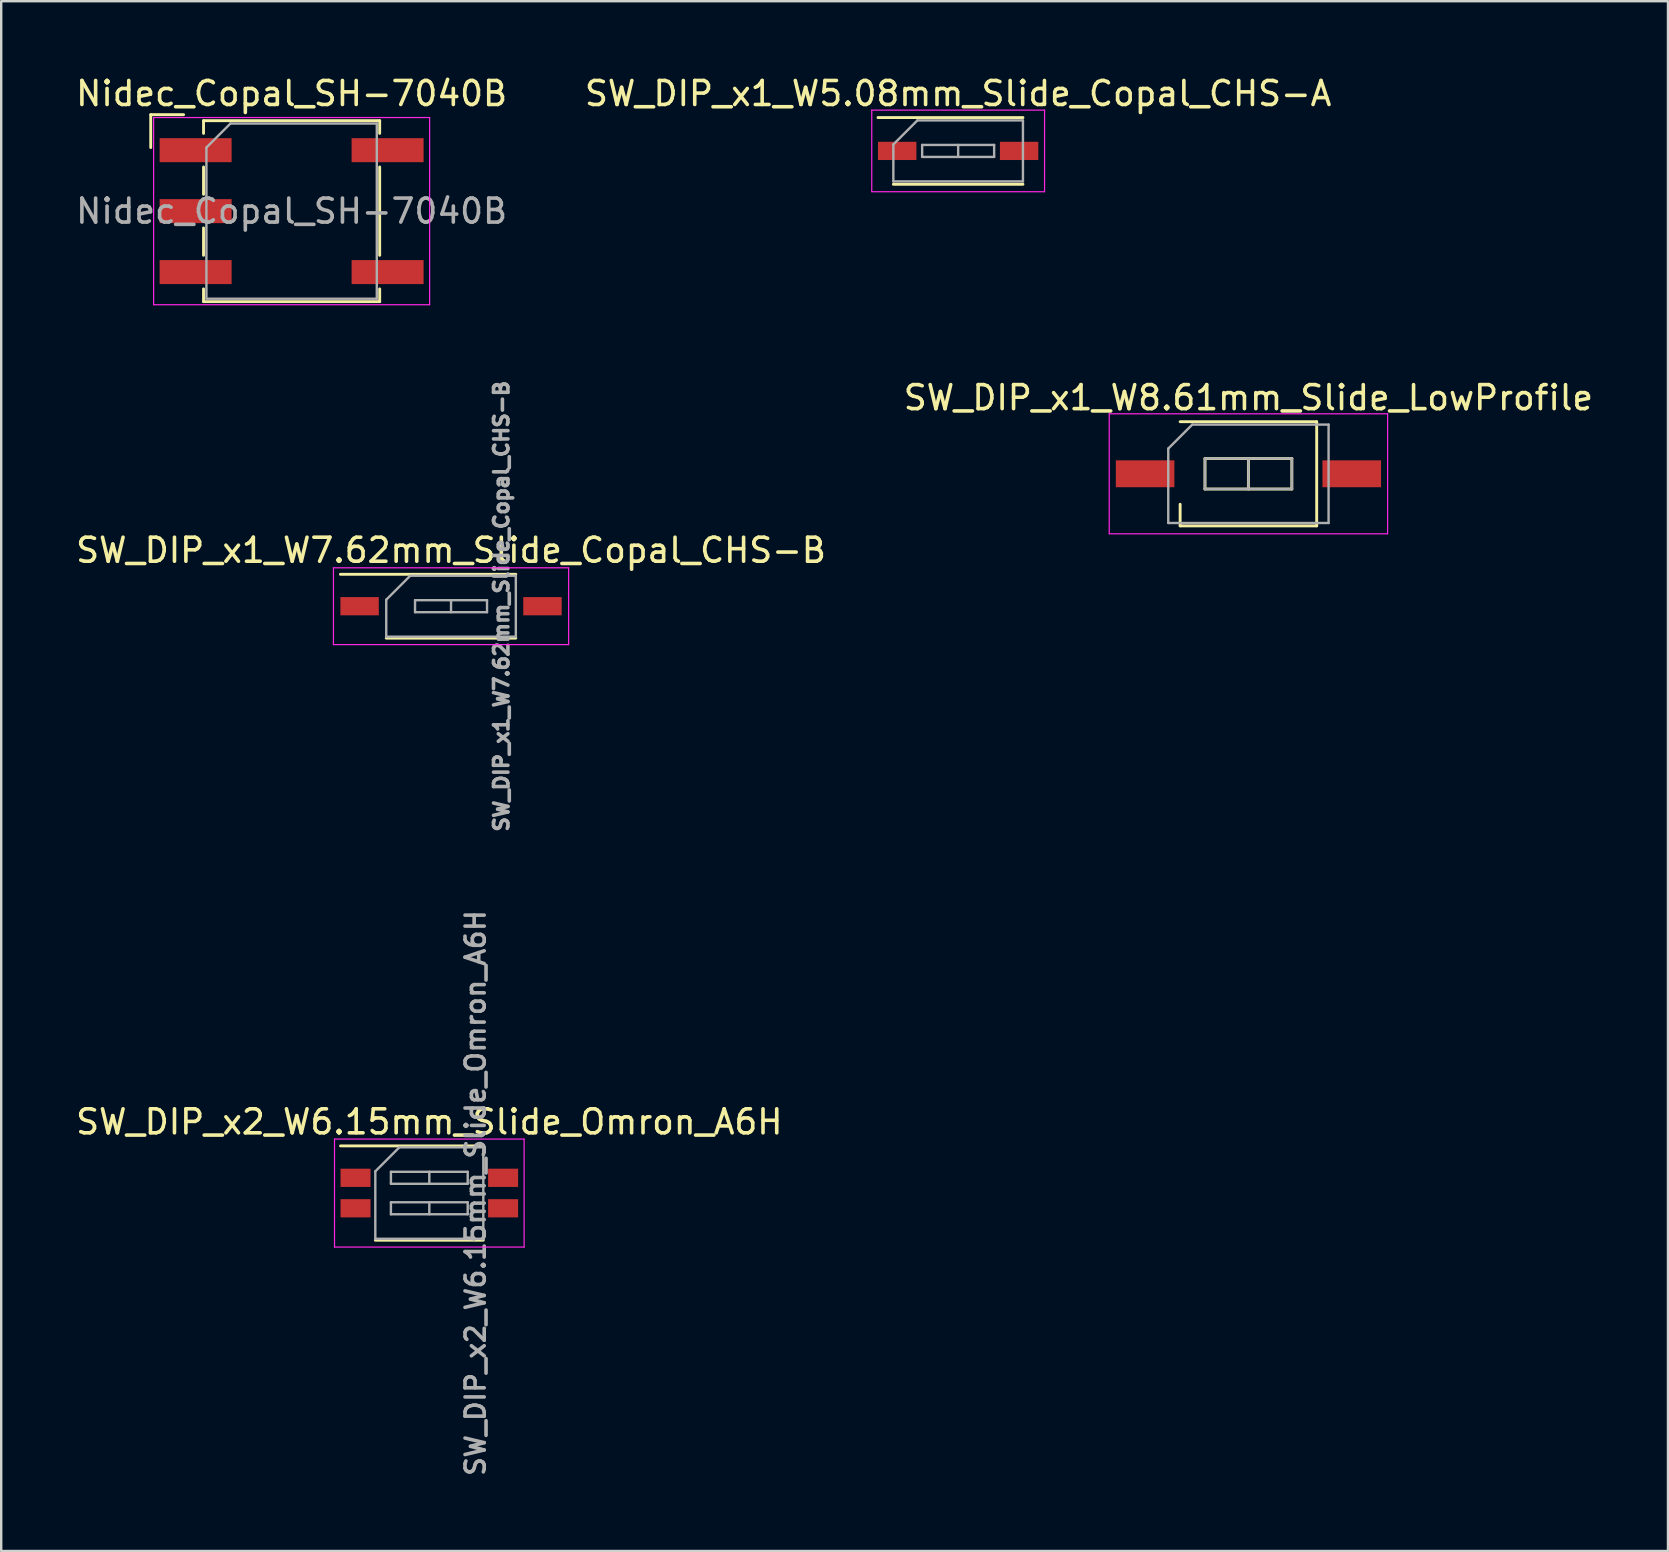
<source format=kicad_pcb>
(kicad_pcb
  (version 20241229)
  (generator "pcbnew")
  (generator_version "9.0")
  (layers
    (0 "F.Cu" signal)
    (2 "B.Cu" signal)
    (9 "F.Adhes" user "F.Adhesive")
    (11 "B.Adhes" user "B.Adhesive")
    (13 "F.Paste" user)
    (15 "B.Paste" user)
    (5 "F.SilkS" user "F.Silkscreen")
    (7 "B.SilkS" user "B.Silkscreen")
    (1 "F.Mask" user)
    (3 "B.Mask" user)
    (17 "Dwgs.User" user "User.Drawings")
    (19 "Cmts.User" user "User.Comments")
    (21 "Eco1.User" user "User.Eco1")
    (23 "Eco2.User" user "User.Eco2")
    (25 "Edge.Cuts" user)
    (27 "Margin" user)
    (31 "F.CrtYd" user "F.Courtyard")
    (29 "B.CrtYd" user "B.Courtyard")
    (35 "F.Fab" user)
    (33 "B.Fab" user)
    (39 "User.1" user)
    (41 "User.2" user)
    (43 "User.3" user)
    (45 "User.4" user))
  (footprint "SW_DIP_x1_W5.08mm_Slide_Copal_CHS-A"
    (layer "F.Cu")
    (at 36.875 3.238)
    (property "Reference" "SW_DIP_x1_W5.08mm_Slide_Copal_CHS-A" (at 0 -2.39 0) (layer "F.SilkS") (effects (font (size 1 1) (thickness 0.15))))
    (attr smd)
    (fp_line (start -3.34 -1.39) (end 2.7 -1.39) (stroke (width 0.12) (type solid)) (layer "F.SilkS"))
    (fp_line (start -2.7 1.39) (end 2.7 1.39) (stroke (width 0.12) (type solid)) (layer "F.SilkS"))
    (fp_line (start -3.6 -1.7) (end -3.6 1.7) (stroke (width 0.05) (type solid)) (layer "F.CrtYd"))
    (fp_line (start -3.6 1.7) (end 3.6 1.7) (stroke (width 0.05) (type solid)) (layer "F.CrtYd"))
    (fp_line (start 3.6 -1.7) (end -3.6 -1.7) (stroke (width 0.05) (type solid)) (layer "F.CrtYd"))
    (fp_line (start 3.6 1.7) (end 3.6 -1.7) (stroke (width 0.05) (type solid)) (layer "F.CrtYd"))
    (fp_line (start -2.7 -0.27) (end -1.7 -1.27) (stroke (width 0.1) (type solid)) (layer "F.Fab"))
    (fp_line (start -2.7 1.27) (end -2.7 -0.27) (stroke (width 0.1) (type solid)) (layer "F.Fab"))
    (fp_line (start -1.7 -1.27) (end 2.7 -1.27) (stroke (width 0.1) (type solid)) (layer "F.Fab"))
    (fp_line (start -1.5 -0.25) (end -1.5 0.25) (stroke (width 0.1) (type solid)) (layer "F.Fab"))
    (fp_line (start -1.5 0.25) (end 1.5 0.25) (stroke (width 0.1) (type solid)) (layer "F.Fab"))
    (fp_line (start 0 -0.25) (end 0 0.25) (stroke (width 0.1) (type solid)) (layer "F.Fab"))
    (fp_line (start 1.5 -0.25) (end -1.5 -0.25) (stroke (width 0.1) (type solid)) (layer "F.Fab"))
    (fp_line (start 1.5 0.25) (end 1.5 -0.25) (stroke (width 0.1) (type solid)) (layer "F.Fab"))
    (fp_line (start 2.7 -1.27) (end 2.7 1.27) (stroke (width 0.1) (type solid)) (layer "F.Fab"))
    (fp_line (start 2.7 1.27) (end -2.7 1.27) (stroke (width 0.1) (type solid)) (layer "F.Fab"))
    (pad "1" smd rect (at -2.54 0) (size 1.6 0.76) (layers "F.Cu" "F.Mask"))
    (pad "2" smd rect (at 2.54 0) (size 1.6 0.76) (layers "F.Cu" "F.Mask")))
  (footprint "SW_DIP_x1_W7.62mm_Slide_Copal_CHS-B"
    (layer "F.Cu")
    (at 15.744 22.21)
    (property "Reference" "SW_DIP_x1_W7.62mm_Slide_Copal_CHS-B" (at 0 -2.33 0) (layer "F.SilkS") (effects (font (size 1 1) (thickness 0.15))))
    (attr smd)
    (fp_line (start -4.61 -1.33) (end 2.7 -1.33) (stroke (width 0.12) (type solid)) (layer "F.SilkS"))
    (fp_line (start -2.7 1.33) (end 2.7 1.33) (stroke (width 0.12) (type solid)) (layer "F.SilkS"))
    (fp_line (start -4.9 -1.6) (end -4.9 1.6) (stroke (width 0.05) (type solid)) (layer "F.CrtYd"))
    (fp_line (start -4.9 1.6) (end 4.9 1.6) (stroke (width 0.05) (type solid)) (layer "F.CrtYd"))
    (fp_line (start 4.9 -1.6) (end -4.9 -1.6) (stroke (width 0.05) (type solid)) (layer "F.CrtYd"))
    (fp_line (start 4.9 1.6) (end 4.9 -1.6) (stroke (width 0.05) (type solid)) (layer "F.CrtYd"))
    (fp_line (start -2.7 -0.27) (end -1.7 -1.27) (stroke (width 0.1) (type solid)) (layer "F.Fab"))
    (fp_line (start -2.7 1.27) (end -2.7 -0.27) (stroke (width 0.1) (type solid)) (layer "F.Fab"))
    (fp_line (start -1.7 -1.27) (end 2.7 -1.27) (stroke (width 0.1) (type solid)) (layer "F.Fab"))
    (fp_line (start -1.5 -0.25) (end -1.5 0.25) (stroke (width 0.1) (type solid)) (layer "F.Fab"))
    (fp_line (start -1.5 0.25) (end 1.5 0.25) (stroke (width 0.1) (type solid)) (layer "F.Fab"))
    (fp_line (start 0 -0.25) (end 0 0.25) (stroke (width 0.1) (type solid)) (layer "F.Fab"))
    (fp_line (start 1.5 -0.25) (end -1.5 -0.25) (stroke (width 0.1) (type solid)) (layer "F.Fab"))
    (fp_line (start 1.5 0.25) (end 1.5 -0.25) (stroke (width 0.1) (type solid)) (layer "F.Fab"))
    (fp_line (start 2.7 -1.27) (end 2.7 1.27) (stroke (width 0.1) (type solid)) (layer "F.Fab"))
    (fp_line (start 2.7 1.27) (end -2.7 1.27) (stroke (width 0.1) (type solid)) (layer "F.Fab"))
    (fp_text user "${REFERENCE}" (at 2.1 0 90) (layer "F.Fab") (effects (font (size 0.6 0.6) (thickness 0.15))))
    (pad "1" smd rect (at -3.81 0) (size 1.6 0.76) (layers "F.Cu" "F.Mask" "F.Paste"))
    (pad "2" smd rect (at 3.81 0) (size 1.6 0.76) (layers "F.Cu" "F.Mask" "F.Paste")))
  (footprint "Nidec_Copal_SH-7040B"
    (layer "F.Cu")
    (at 9.101 5.748)
    (property "Reference" "Nidec_Copal_SH-7040B" (at 0 -4.9 0) (layer "F.SilkS") (effects (font (size 1 1) (thickness 0.15))))
    (attr smd)
    (fp_line (start -5.87 -4.02) (end -4.5 -4.02) (stroke (width 0.12) (type solid)) (layer "F.SilkS"))
    (fp_line (start -5.87 -2.65) (end -5.87 -4.02) (stroke (width 0.12) (type solid)) (layer "F.SilkS"))
    (fp_line (start -3.67 -3.77) (end 3.67 -3.77) (stroke (width 0.12) (type solid)) (layer "F.SilkS"))
    (fp_line (start -3.67 -3.24) (end -3.67 -3.77) (stroke (width 0.12) (type solid)) (layer "F.SilkS"))
    (fp_line (start -3.67 -1.84) (end -3.67 -0.7) (stroke (width 0.12) (type solid)) (layer "F.SilkS"))
    (fp_line (start -3.67 0.7) (end -3.67 1.84) (stroke (width 0.12) (type solid)) (layer "F.SilkS"))
    (fp_line (start -3.67 3.24) (end -3.67 3.77) (stroke (width 0.12) (type solid)) (layer "F.SilkS"))
    (fp_line (start -3.67 3.77) (end 3.67 3.77) (stroke (width 0.12) (type solid)) (layer "F.SilkS"))
    (fp_line (start 3.67 -3.77) (end 3.67 -3.24) (stroke (width 0.12) (type solid)) (layer "F.SilkS"))
    (fp_line (start 3.67 -1.84) (end 3.67 1.84) (stroke (width 0.12) (type solid)) (layer "F.SilkS"))
    (fp_line (start 3.67 3.77) (end 3.67 3.24) (stroke (width 0.12) (type solid)) (layer "F.SilkS"))
    (fp_line (start -5.75 -3.9) (end -5.75 3.9) (stroke (width 0.05) (type solid)) (layer "F.CrtYd"))
    (fp_line (start -5.75 3.9) (end 5.75 3.9) (stroke (width 0.05) (type solid)) (layer "F.CrtYd"))
    (fp_line (start 5.75 -3.9) (end -5.75 -3.9) (stroke (width 0.05) (type solid)) (layer "F.CrtYd"))
    (fp_line (start 5.75 3.9) (end 5.75 -3.9) (stroke (width 0.05) (type solid)) (layer "F.CrtYd"))
    (fp_line (start -3.55 -2.65) (end -2.55 -3.65) (stroke (width 0.1) (type solid)) (layer "F.Fab"))
    (fp_line (start -3.55 3.65) (end -3.55 -2.65) (stroke (width 0.1) (type solid)) (layer "F.Fab"))
    (fp_line (start -2.55 -3.65) (end 3.55 -3.65) (stroke (width 0.1) (type solid)) (layer "F.Fab"))
    (fp_line (start 3.55 -3.65) (end 3.55 3.65) (stroke (width 0.1) (type solid)) (layer "F.Fab"))
    (fp_line (start 3.55 3.65) (end -3.55 3.65) (stroke (width 0.1) (type solid)) (layer "F.Fab"))
    (fp_text user "${REFERENCE}" (at 0 0 0) (layer "F.Fab") (effects (font (size 1 1) (thickness 0.15))))
    (pad "1" smd rect (at -4 -2.54) (size 3 1) (layers "F.Cu" "F.Mask" "F.Paste"))
    (pad "2" smd rect (at 4 2.54) (size 3 1) (layers "F.Cu" "F.Mask" "F.Paste"))
    (pad "4" smd rect (at -4 2.54) (size 3 1) (layers "F.Cu" "F.Mask" "F.Paste"))
    (pad "8" smd rect (at 4 -2.54) (size 3 1) (layers "F.Cu" "F.Mask" "F.Paste"))
    (pad "C" smd rect (at -4 0) (size 3 1) (layers "F.Cu" "F.Mask" "F.Paste")))
  (footprint "SW_DIP_x2_W6.15mm_Slide_Omron_A6H"
    (layer "F.Cu")
    (at 14.839 46.663)
    (property "Reference" "SW_DIP_x2_W6.15mm_Slide_Omron_A6H" (at 0 -2.965 0) (layer "F.SilkS") (effects (font (size 1 1) (thickness 0.15))))
    (attr smd)
    (fp_line (start -3.7 -1.965) (end 2.25 -1.965) (stroke (width 0.12) (type solid)) (layer "F.SilkS"))
    (fp_line (start -2.25 1.965) (end 2.25 1.965) (stroke (width 0.12) (type solid)) (layer "F.SilkS"))
    (fp_line (start -3.95 -2.25) (end -3.95 2.25) (stroke (width 0.05) (type solid)) (layer "F.CrtYd"))
    (fp_line (start -3.95 2.25) (end 3.95 2.25) (stroke (width 0.05) (type solid)) (layer "F.CrtYd"))
    (fp_line (start 3.95 -2.25) (end -3.95 -2.25) (stroke (width 0.05) (type solid)) (layer "F.CrtYd"))
    (fp_line (start 3.95 2.25) (end 3.95 -2.25) (stroke (width 0.05) (type solid)) (layer "F.CrtYd"))
    (fp_line (start -2.25 -0.905) (end -1.25 -1.905) (stroke (width 0.1) (type solid)) (layer "F.Fab"))
    (fp_line (start -2.25 1.905) (end -2.25 -0.905) (stroke (width 0.1) (type solid)) (layer "F.Fab"))
    (fp_line (start -1.6 -0.885) (end -1.6 -0.385) (stroke (width 0.1) (type solid)) (layer "F.Fab"))
    (fp_line (start -1.6 -0.385) (end 1.6 -0.385) (stroke (width 0.1) (type solid)) (layer "F.Fab"))
    (fp_line (start -1.6 0.385) (end -1.6 0.885) (stroke (width 0.1) (type solid)) (layer "F.Fab"))
    (fp_line (start -1.6 0.885) (end 1.6 0.885) (stroke (width 0.1) (type solid)) (layer "F.Fab"))
    (fp_line (start -1.25 -1.905) (end 2.25 -1.905) (stroke (width 0.1) (type solid)) (layer "F.Fab"))
    (fp_line (start 0 -0.885) (end 0 -0.385) (stroke (width 0.1) (type solid)) (layer "F.Fab"))
    (fp_line (start 0 0.385) (end 0 0.885) (stroke (width 0.1) (type solid)) (layer "F.Fab"))
    (fp_line (start 1.6 -0.885) (end -1.6 -0.885) (stroke (width 0.1) (type solid)) (layer "F.Fab"))
    (fp_line (start 1.6 -0.385) (end 1.6 -0.885) (stroke (width 0.1) (type solid)) (layer "F.Fab"))
    (fp_line (start 1.6 0.385) (end -1.6 0.385) (stroke (width 0.1) (type solid)) (layer "F.Fab"))
    (fp_line (start 1.6 0.885) (end 1.6 0.385) (stroke (width 0.1) (type solid)) (layer "F.Fab"))
    (fp_line (start 2.25 -1.905) (end 2.25 1.905) (stroke (width 0.1) (type solid)) (layer "F.Fab"))
    (fp_line (start 2.25 1.905) (end -2.25 1.905) (stroke (width 0.1) (type solid)) (layer "F.Fab"))
    (fp_text user "${REFERENCE}" (at 1.925 0 90) (layer "F.Fab") (effects (font (size 0.8 0.8) (thickness 0.15))))
    (pad "1" smd rect (at -3.075 -0.635) (size 1.25 0.76) (layers "F.Cu" "F.Mask" "F.Paste"))
    (pad "2" smd rect (at -3.075 0.635) (size 1.25 0.76) (layers "F.Cu" "F.Mask" "F.Paste"))
    (pad "3" smd rect (at 3.075 0.635) (size 1.25 0.76) (layers "F.Cu" "F.Mask" "F.Paste"))
    (pad "4" smd rect (at 3.075 -0.635) (size 1.25 0.76) (layers "F.Cu" "F.Mask" "F.Paste")))
  (footprint "SW_DIP_x1_W8.61mm_Slide_LowProfile"
    (layer "F.Cu")
    (at 48.97 16.692)
    (property "Reference" "SW_DIP_x1_W8.61mm_Slide_LowProfile" (at 0 -3.17 0) (layer "F.SilkS") (effects (font (size 1 1) (thickness 0.15))))
    (attr smd)
    (fp_line (start -2.845 -2.17) (end 2.845 -2.17) (stroke (width 0.12) (type solid)) (layer "F.SilkS"))
    (fp_line (start -2.845 2.17) (end -2.845 1.27) (stroke (width 0.12) (type solid)) (layer "F.SilkS"))
    (fp_line (start -1.81 -0.635) (end -1.81 0.635) (stroke (width 0.12) (type solid)) (layer "F.SilkS"))
    (fp_line (start -1.81 0.635) (end 1.81 0.635) (stroke (width 0.12) (type solid)) (layer "F.SilkS"))
    (fp_line (start 0 -0.635) (end 0 0.635) (stroke (width 0.12) (type solid)) (layer "F.SilkS"))
    (fp_line (start 1.81 -0.635) (end -1.81 -0.635) (stroke (width 0.12) (type solid)) (layer "F.SilkS"))
    (fp_line (start 1.81 0.635) (end 1.81 -0.635) (stroke (width 0.12) (type solid)) (layer "F.SilkS"))
    (fp_line (start 2.845 -2.17) (end 2.845 2.17) (stroke (width 0.12) (type solid)) (layer "F.SilkS"))
    (fp_line (start 2.845 2.17) (end -2.845 2.17) (stroke (width 0.12) (type solid)) (layer "F.SilkS"))
    (fp_line (start -5.8 -2.5) (end -5.8 2.5) (stroke (width 0.05) (type solid)) (layer "F.CrtYd"))
    (fp_line (start -5.8 2.5) (end 5.8 2.5) (stroke (width 0.05) (type solid)) (layer "F.CrtYd"))
    (fp_line (start 5.8 -2.5) (end -5.8 -2.5) (stroke (width 0.05) (type solid)) (layer "F.CrtYd"))
    (fp_line (start 5.8 2.5) (end 5.8 -2.5) (stroke (width 0.05) (type solid)) (layer "F.CrtYd"))
    (fp_line (start -3.34 -1.05) (end -2.34 -2.05) (stroke (width 0.1) (type solid)) (layer "F.Fab"))
    (fp_line (start -3.34 2.05) (end -3.34 -1.05) (stroke (width 0.1) (type solid)) (layer "F.Fab"))
    (fp_line (start -2.34 -2.05) (end 3.34 -2.05) (stroke (width 0.1) (type solid)) (layer "F.Fab"))
    (fp_line (start -1.81 -0.635) (end -1.81 0.635) (stroke (width 0.1) (type solid)) (layer "F.Fab"))
    (fp_line (start -1.81 0.635) (end 1.81 0.635) (stroke (width 0.1) (type solid)) (layer "F.Fab"))
    (fp_line (start 0 -0.635) (end 0 0.635) (stroke (width 0.1) (type solid)) (layer "F.Fab"))
    (fp_line (start 1.81 -0.635) (end -1.81 -0.635) (stroke (width 0.1) (type solid)) (layer "F.Fab"))
    (fp_line (start 1.81 0.635) (end 1.81 -0.635) (stroke (width 0.1) (type solid)) (layer "F.Fab"))
    (fp_line (start 3.34 -2.05) (end 3.34 2.05) (stroke (width 0.1) (type solid)) (layer "F.Fab"))
    (fp_line (start 3.34 2.05) (end -3.34 2.05) (stroke (width 0.1) (type solid)) (layer "F.Fab"))
    (pad "1" smd rect (at -4.305 0) (size 2.44 1.12) (layers "F.Cu" "F.Mask"))
    (pad "2" smd rect (at 4.305 0) (size 2.44 1.12) (layers "F.Cu" "F.Mask")))
  (gr_rect
    (start -3 -3)
    (end 66.452 61.579)
    (stroke (width 0.1) (type default))
    (fill no)
    (layer "Edge.Cuts")))
</source>
